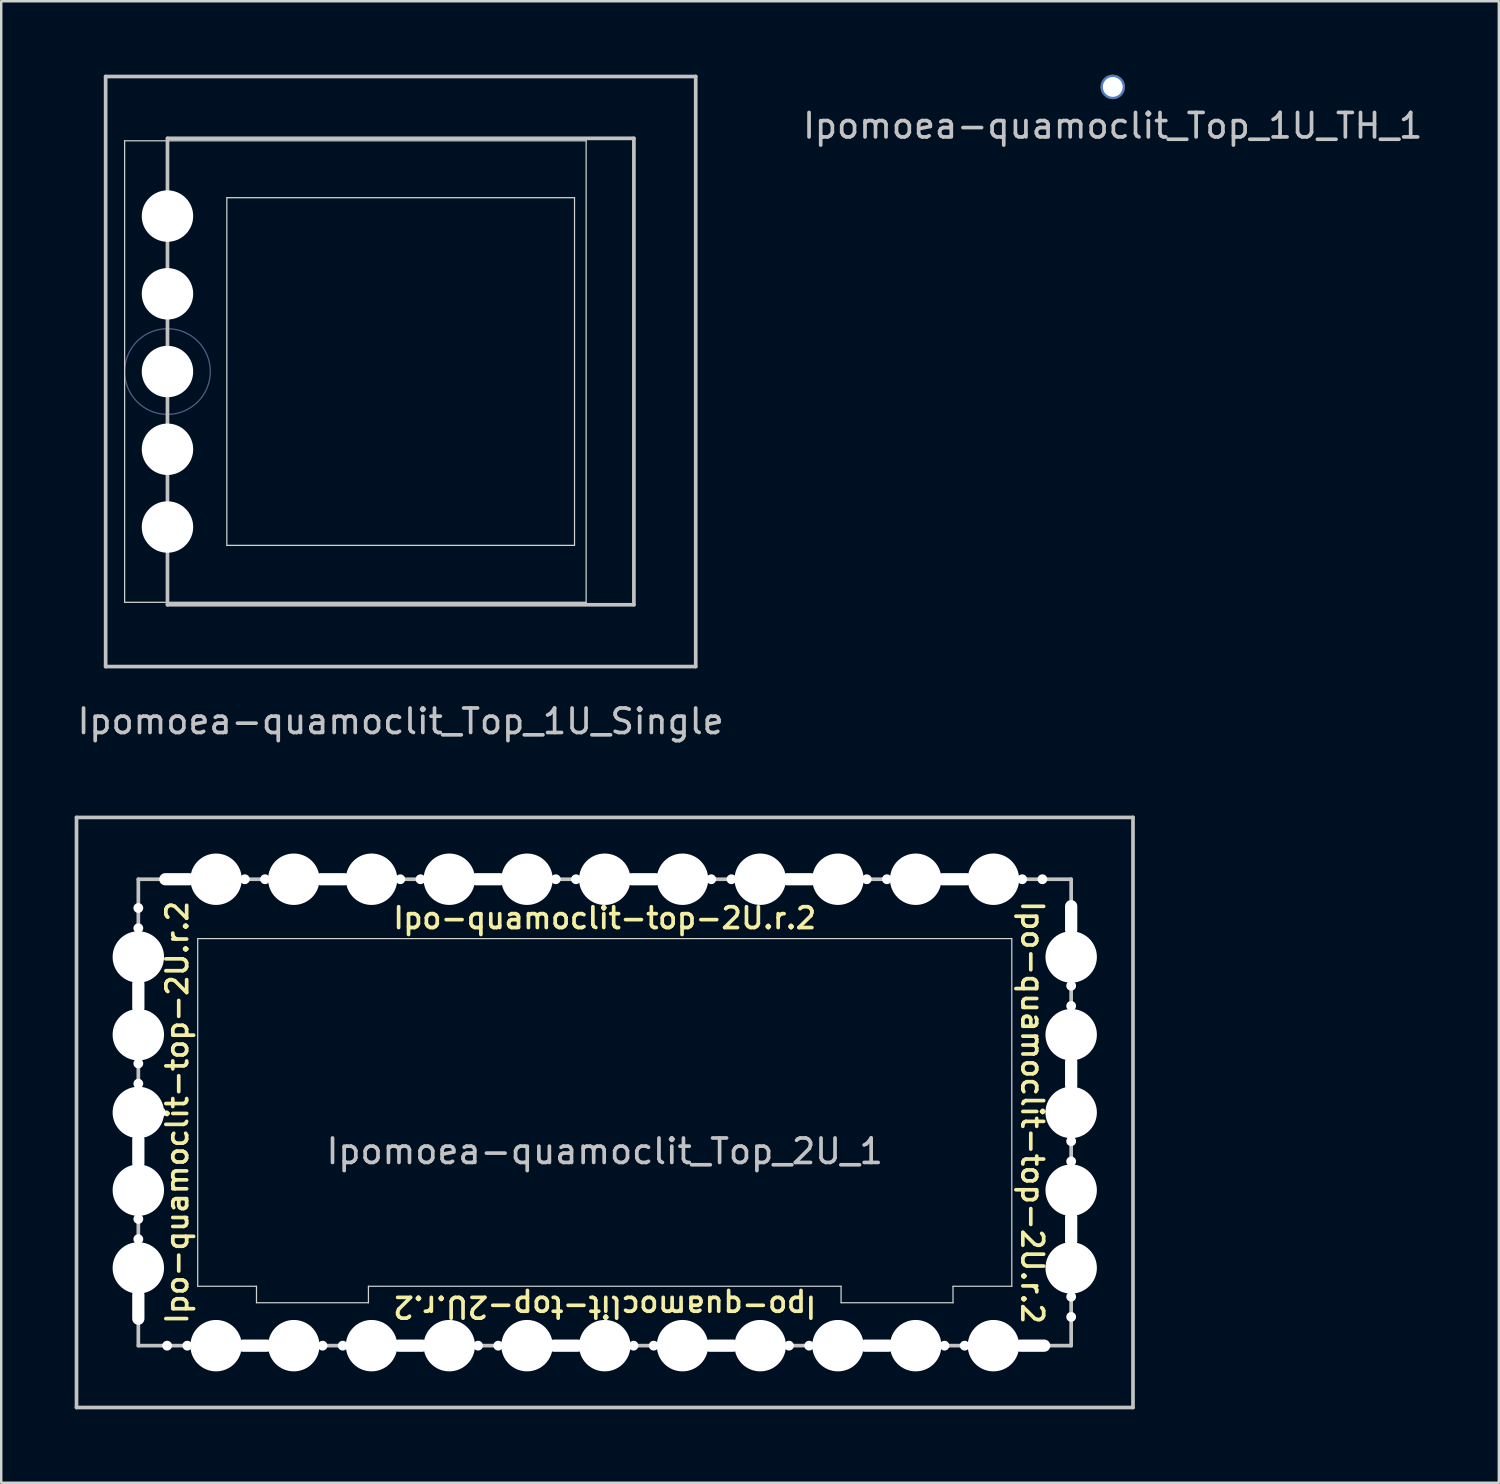
<source format=kicad_pcb>
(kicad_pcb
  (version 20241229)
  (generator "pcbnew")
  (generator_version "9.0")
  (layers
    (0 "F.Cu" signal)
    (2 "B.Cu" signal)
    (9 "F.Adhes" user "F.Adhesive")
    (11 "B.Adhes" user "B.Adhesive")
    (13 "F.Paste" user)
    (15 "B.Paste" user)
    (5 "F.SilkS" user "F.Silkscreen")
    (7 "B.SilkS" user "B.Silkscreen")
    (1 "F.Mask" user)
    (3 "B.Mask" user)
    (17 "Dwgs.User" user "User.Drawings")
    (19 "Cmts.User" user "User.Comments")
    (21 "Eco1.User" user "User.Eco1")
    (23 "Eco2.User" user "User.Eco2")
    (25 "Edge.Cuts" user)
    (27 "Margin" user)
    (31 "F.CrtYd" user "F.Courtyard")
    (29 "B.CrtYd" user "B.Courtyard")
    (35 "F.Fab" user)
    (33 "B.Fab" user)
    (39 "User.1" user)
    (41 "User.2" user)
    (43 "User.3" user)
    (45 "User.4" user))
  (footprint "Ipomoea-quamoclit_Top_2U_1"
    (layer "F.Cu")
    (at 21.65 42.386)
    (property "Reference" "Ipomoea-quamoclit_Top_2U_1" (at 0 1.587 0) (layer "Dwgs.User") (effects (font (size 1 1) (thickness 0.15))))
    (attr through_hole)
    (fp_line (start -21.575 -12.05) (end 21.575 -12.05) (stroke (width 0.15) (type solid)) (layer "Dwgs.User"))
    (fp_line (start -21.575 12.05) (end -21.575 -12.05) (stroke (width 0.15) (type solid)) (layer "Dwgs.User"))
    (fp_line (start -19.05 -9.525) (end -19.05 9.525) (stroke (width 0.15) (type solid)) (layer "Dwgs.User"))
    (fp_line (start -19.05 9.525) (end 19.05 9.525) (stroke (width 0.15) (type solid)) (layer "Dwgs.User"))
    (fp_line (start 19.05 -9.525) (end -19.05 -9.525) (stroke (width 0.15) (type solid)) (layer "Dwgs.User"))
    (fp_line (start 19.05 9.525) (end 19.05 -9.525) (stroke (width 0.15) (type solid)) (layer "Dwgs.User"))
    (fp_line (start 21.575 -12.05) (end 21.575 12.05) (stroke (width 0.15) (type solid)) (layer "Dwgs.User"))
    (fp_line (start 21.575 12.05) (end -21.575 12.05) (stroke (width 0.15) (type solid)) (layer "Dwgs.User"))
    (fp_line (start -16.625 -7.1) (end 16.625 -7.1) (stroke (width 0.05) (type solid)) (layer "Edge.Cuts"))
    (fp_line (start -16.625 7.1) (end -16.625 -7.1) (stroke (width 0.05) (type solid)) (layer "Edge.Cuts"))
    (fp_line (start -14.224 7.1) (end -16.625 7.1) (stroke (width 0.05) (type solid)) (layer "Edge.Cuts"))
    (fp_line (start -14.224 7.1) (end -14.224 7.772) (stroke (width 0.05) (type solid)) (layer "Edge.Cuts"))
    (fp_line (start -9.652 7.1) (end -9.652 7.772) (stroke (width 0.05) (type solid)) (layer "Edge.Cuts"))
    (fp_line (start -9.652 7.772) (end -14.224 7.772) (stroke (width 0.05) (type solid)) (layer "Edge.Cuts"))
    (fp_line (start 9.652 7.1) (end -9.652 7.1) (stroke (width 0.05) (type solid)) (layer "Edge.Cuts"))
    (fp_line (start 9.652 7.1) (end 9.652 7.772) (stroke (width 0.05) (type solid)) (layer "Edge.Cuts"))
    (fp_line (start 9.652 7.772) (end 14.224 7.772) (stroke (width 0.05) (type solid)) (layer "Edge.Cuts"))
    (fp_line (start 14.224 7.1) (end 14.224 7.772) (stroke (width 0.05) (type solid)) (layer "Edge.Cuts"))
    (fp_line (start 14.224 7.1) (end 16.625 7.1) (stroke (width 0.05) (type solid)) (layer "Edge.Cuts"))
    (fp_line (start 16.625 7.1) (end 16.625 -7.1) (stroke (width 0.05) (type solid)) (layer "Edge.Cuts"))
    (fp_text user "Ipo-quamoclit-top-2U.r.2" (at 0 7.938 180) (unlocked yes) (layer "F.SilkS") (effects (font (size 0.85 0.85) (thickness 0.15))))
    (fp_text user "Ipo-quamoclit-top-2U.r.2" (at -17.462 0 90) (unlocked yes) (layer "F.SilkS") (effects (font (size 0.85 0.85) (thickness 0.15))))
    (fp_text user "Ipo-quamoclit-top-2U.r.2" (at 0 -7.938 0) (unlocked yes) (layer "F.SilkS") (effects (font (size 0.85 0.85) (thickness 0.15))))
    (fp_text user "Ipo-quamoclit-top-2U.r.2" (at 17.462 0 270) (unlocked yes) (layer "F.SilkS") (effects (font (size 0.85 0.85) (thickness 0.15))))
    (pad "" np_thru_hole circle (at -19.05 -8.35 45) (size 0.4 0.4) (drill 0.4) (layers "*.Cu" "*.Mask"))
    (pad "" np_thru_hole circle (at -19.05 -7.525 45) (size 0.4 0.4) (drill 0.4) (layers "*.Cu" "*.Mask"))
    (pad "" np_thru_hole circle (at -19.05 -6.35 90) (size 2.1 2.1) (drill 2.1) (layers "*.Cu" "*.Mask"))
    (pad "" np_thru_hole oval (at -19.05 -4.763 270) (size 1.47 0.5) (drill oval 1.47 0.5) (layers "*.Cu" "*.Mask"))
    (pad "" np_thru_hole circle (at -19.05 -3.175 90) (size 2.1 2.1) (drill 2.1) (layers "*.Cu" "*.Mask"))
    (pad "" np_thru_hole circle (at -19.05 -2 45) (size 0.4 0.4) (drill 0.4) (layers "*.Cu" "*.Mask"))
    (pad "" np_thru_hole circle (at -19.05 -1.175 45) (size 0.4 0.4) (drill 0.4) (layers "*.Cu" "*.Mask"))
    (pad "" np_thru_hole circle (at -19.05 0 90) (size 2.1 2.1) (drill 2.1) (layers "*.Cu" "*.Mask"))
    (pad "" np_thru_hole oval (at -19.05 1.587 270) (size 1.47 0.5) (drill oval 1.47 0.5) (layers "*.Cu" "*.Mask"))
    (pad "" np_thru_hole circle (at -19.05 3.175 90) (size 2.1 2.1) (drill 2.1) (layers "*.Cu" "*.Mask"))
    (pad "" np_thru_hole circle (at -19.05 4.35 45) (size 0.4 0.4) (drill 0.4) (layers "*.Cu" "*.Mask"))
    (pad "" np_thru_hole circle (at -19.05 5.175 45) (size 0.4 0.4) (drill 0.4) (layers "*.Cu" "*.Mask"))
    (pad "" np_thru_hole circle (at -19.05 6.35 90) (size 2.1 2.1) (drill 2.1) (layers "*.Cu" "*.Mask"))
    (pad "" np_thru_hole oval (at -19.05 7.938 270) (size 1.47 0.5) (drill oval 1.47 0.5) (layers "*.Cu" "*.Mask"))
    (pad "" np_thru_hole circle (at -19.05 8.35 225) (size 0.4 0.4) (drill 0.4) (layers "*.Cu" "*.Mask"))
    (pad "" np_thru_hole circle (at -18.125 0 135) (size 0.4 0.4) (drill 0.4) (layers "*.Cu" "*.Mask"))
    (pad "" np_thru_hole circle (at -17.875 9.525 135) (size 0.4 0.4) (drill 0.4) (layers "*.Cu" "*.Mask"))
    (pad "" np_thru_hole oval (at -17.462 -9.525 180) (size 1.47 0.5) (drill oval 1.47 0.5) (layers "*.Cu" "*.Mask"))
    (pad "" np_thru_hole circle (at -17.05 9.525 135) (size 0.4 0.4) (drill 0.4) (layers "*.Cu" "*.Mask"))
    (pad "" np_thru_hole circle (at -15.875 -9.525) (size 2.1 2.1) (drill 2.1) (layers "*.Cu" "*.Mask"))
    (pad "" np_thru_hole circle (at -15.875 9.525 180) (size 2.1 2.1) (drill 2.1) (layers "*.Cu" "*.Mask"))
    (pad "" np_thru_hole circle (at -14.7 -9.525 315) (size 0.4 0.4) (drill 0.4) (layers "*.Cu" "*.Mask"))
    (pad "" np_thru_hole oval (at -14.287 9.525) (size 1.47 0.5) (drill oval 1.47 0.5) (layers "*.Cu" "*.Mask"))
    (pad "" np_thru_hole circle (at -13.875 -9.525 315) (size 0.4 0.4) (drill 0.4) (layers "*.Cu" "*.Mask"))
    (pad "" np_thru_hole circle (at -12.7 -9.525) (size 2.1 2.1) (drill 2.1) (layers "*.Cu" "*.Mask"))
    (pad "" np_thru_hole circle (at -12.7 9.525 180) (size 2.1 2.1) (drill 2.1) (layers "*.Cu" "*.Mask"))
    (pad "" np_thru_hole circle (at -11.525 9.525 135) (size 0.4 0.4) (drill 0.4) (layers "*.Cu" "*.Mask"))
    (pad "" np_thru_hole oval (at -11.113 -9.525 180) (size 1.47 0.5) (drill oval 1.47 0.5) (layers "*.Cu" "*.Mask"))
    (pad "" np_thru_hole circle (at -10.7 9.525 135) (size 0.4 0.4) (drill 0.4) (layers "*.Cu" "*.Mask"))
    (pad "" np_thru_hole circle (at -9.525 -9.525) (size 2.1 2.1) (drill 2.1) (layers "*.Cu" "*.Mask"))
    (pad "" np_thru_hole circle (at -9.525 9.525 180) (size 2.1 2.1) (drill 2.1) (layers "*.Cu" "*.Mask"))
    (pad "" np_thru_hole circle (at -8.35 -9.525 315) (size 0.4 0.4) (drill 0.4) (layers "*.Cu" "*.Mask"))
    (pad "" np_thru_hole oval (at -7.938 9.525) (size 1.47 0.5) (drill oval 1.47 0.5) (layers "*.Cu" "*.Mask"))
    (pad "" np_thru_hole circle (at -7.525 -9.525 315) (size 0.4 0.4) (drill 0.4) (layers "*.Cu" "*.Mask"))
    (pad "" np_thru_hole circle (at -6.35 -9.525) (size 2.1 2.1) (drill 2.1) (layers "*.Cu" "*.Mask"))
    (pad "" np_thru_hole circle (at -6.35 9.525 180) (size 2.1 2.1) (drill 2.1) (layers "*.Cu" "*.Mask"))
    (pad "" np_thru_hole circle (at -5.175 9.525 135) (size 0.4 0.4) (drill 0.4) (layers "*.Cu" "*.Mask"))
    (pad "" np_thru_hole oval (at -4.763 -9.525 180) (size 1.47 0.5) (drill oval 1.47 0.5) (layers "*.Cu" "*.Mask"))
    (pad "" np_thru_hole circle (at -4.35 9.525 135) (size 0.4 0.4) (drill 0.4) (layers "*.Cu" "*.Mask"))
    (pad "" np_thru_hole circle (at -3.175 -9.525) (size 2.1 2.1) (drill 2.1) (layers "*.Cu" "*.Mask"))
    (pad "" np_thru_hole circle (at -3.175 9.525 180) (size 2.1 2.1) (drill 2.1) (layers "*.Cu" "*.Mask"))
    (pad "" np_thru_hole circle (at -2 -9.525 315) (size 0.4 0.4) (drill 0.4) (layers "*.Cu" "*.Mask"))
    (pad "" np_thru_hole oval (at -1.587 9.525) (size 1.47 0.5) (drill oval 1.47 0.5) (layers "*.Cu" "*.Mask"))
    (pad "" np_thru_hole circle (at -1.175 -9.525 315) (size 0.4 0.4) (drill 0.4) (layers "*.Cu" "*.Mask"))
    (pad "" np_thru_hole circle (at 0 -9.525) (size 2.1 2.1) (drill 2.1) (layers "*.Cu" "*.Mask"))
    (pad "" np_thru_hole circle (at 0 9.525 180) (size 2.1 2.1) (drill 2.1) (layers "*.Cu" "*.Mask"))
    (pad "" np_thru_hole circle (at 1.175 9.525 135) (size 0.4 0.4) (drill 0.4) (layers "*.Cu" "*.Mask"))
    (pad "" np_thru_hole oval (at 1.587 -9.525 180) (size 1.47 0.5) (drill oval 1.47 0.5) (layers "*.Cu" "*.Mask"))
    (pad "" np_thru_hole circle (at 2 9.525 135) (size 0.4 0.4) (drill 0.4) (layers "*.Cu" "*.Mask"))
    (pad "" np_thru_hole circle (at 3.175 -9.525) (size 2.1 2.1) (drill 2.1) (layers "*.Cu" "*.Mask"))
    (pad "" np_thru_hole circle (at 3.175 9.525 180) (size 2.1 2.1) (drill 2.1) (layers "*.Cu" "*.Mask"))
    (pad "" np_thru_hole circle (at 4.35 -9.525 315) (size 0.4 0.4) (drill 0.4) (layers "*.Cu" "*.Mask"))
    (pad "" np_thru_hole oval (at 4.763 9.525) (size 1.47 0.5) (drill oval 1.47 0.5) (layers "*.Cu" "*.Mask"))
    (pad "" np_thru_hole circle (at 5.175 -9.525 315) (size 0.4 0.4) (drill 0.4) (layers "*.Cu" "*.Mask"))
    (pad "" np_thru_hole circle (at 6.35 -9.525) (size 2.1 2.1) (drill 2.1) (layers "*.Cu" "*.Mask"))
    (pad "" np_thru_hole circle (at 6.35 9.525 180) (size 2.1 2.1) (drill 2.1) (layers "*.Cu" "*.Mask"))
    (pad "" np_thru_hole circle (at 7.525 9.525 135) (size 0.4 0.4) (drill 0.4) (layers "*.Cu" "*.Mask"))
    (pad "" np_thru_hole oval (at 7.938 -9.525 180) (size 1.47 0.5) (drill oval 1.47 0.5) (layers "*.Cu" "*.Mask"))
    (pad "" np_thru_hole circle (at 8.35 9.525 135) (size 0.4 0.4) (drill 0.4) (layers "*.Cu" "*.Mask"))
    (pad "" np_thru_hole circle (at 9.525 -9.525) (size 2.1 2.1) (drill 2.1) (layers "*.Cu" "*.Mask"))
    (pad "" np_thru_hole circle (at 9.525 9.525 180) (size 2.1 2.1) (drill 2.1) (layers "*.Cu" "*.Mask"))
    (pad "" np_thru_hole circle (at 10.7 -9.525 315) (size 0.4 0.4) (drill 0.4) (layers "*.Cu" "*.Mask"))
    (pad "" np_thru_hole oval (at 11.113 9.525) (size 1.47 0.5) (drill oval 1.47 0.5) (layers "*.Cu" "*.Mask"))
    (pad "" np_thru_hole circle (at 11.525 -9.525 315) (size 0.4 0.4) (drill 0.4) (layers "*.Cu" "*.Mask"))
    (pad "" np_thru_hole circle (at 12.7 -9.525) (size 2.1 2.1) (drill 2.1) (layers "*.Cu" "*.Mask"))
    (pad "" np_thru_hole circle (at 12.7 9.525 180) (size 2.1 2.1) (drill 2.1) (layers "*.Cu" "*.Mask"))
    (pad "" np_thru_hole circle (at 13.875 9.525 135) (size 0.4 0.4) (drill 0.4) (layers "*.Cu" "*.Mask"))
    (pad "" np_thru_hole oval (at 14.287 -9.525 180) (size 1.47 0.5) (drill oval 1.47 0.5) (layers "*.Cu" "*.Mask"))
    (pad "" np_thru_hole circle (at 14.7 9.525 135) (size 0.4 0.4) (drill 0.4) (layers "*.Cu" "*.Mask"))
    (pad "" np_thru_hole circle (at 15.875 -9.525) (size 2.1 2.1) (drill 2.1) (layers "*.Cu" "*.Mask"))
    (pad "" np_thru_hole circle (at 15.875 9.525 180) (size 2.1 2.1) (drill 2.1) (layers "*.Cu" "*.Mask"))
    (pad "" np_thru_hole circle (at 17.05 -9.525 315) (size 0.4 0.4) (drill 0.4) (layers "*.Cu" "*.Mask"))
    (pad "" np_thru_hole oval (at 17.462 9.525) (size 1.47 0.5) (drill oval 1.47 0.5) (layers "*.Cu" "*.Mask"))
    (pad "" np_thru_hole circle (at 17.875 -9.525 315) (size 0.4 0.4) (drill 0.4) (layers "*.Cu" "*.Mask"))
    (pad "" np_thru_hole oval (at 19.05 -7.938 90) (size 1.47 0.5) (drill oval 1.47 0.5) (layers "*.Cu" "*.Mask"))
    (pad "" np_thru_hole circle (at 19.05 -6.35 270) (size 2.1 2.1) (drill 2.1) (layers "*.Cu" "*.Mask"))
    (pad "" np_thru_hole circle (at 19.05 -5.175 225) (size 0.4 0.4) (drill 0.4) (layers "*.Cu" "*.Mask"))
    (pad "" np_thru_hole circle (at 19.05 -4.35 225) (size 0.4 0.4) (drill 0.4) (layers "*.Cu" "*.Mask"))
    (pad "" np_thru_hole circle (at 19.05 -3.175 270) (size 2.1 2.1) (drill 2.1) (layers "*.Cu" "*.Mask"))
    (pad "" np_thru_hole oval (at 19.05 -1.587 90) (size 1.47 0.5) (drill oval 1.47 0.5) (layers "*.Cu" "*.Mask"))
    (pad "" np_thru_hole circle (at 19.05 0 270) (size 2.1 2.1) (drill 2.1) (layers "*.Cu" "*.Mask"))
    (pad "" np_thru_hole circle (at 19.05 1.175 225) (size 0.4 0.4) (drill 0.4) (layers "*.Cu" "*.Mask"))
    (pad "" np_thru_hole circle (at 19.05 2 225) (size 0.4 0.4) (drill 0.4) (layers "*.Cu" "*.Mask"))
    (pad "" np_thru_hole circle (at 19.05 3.175 270) (size 2.1 2.1) (drill 2.1) (layers "*.Cu" "*.Mask"))
    (pad "" np_thru_hole oval (at 19.05 4.763 90) (size 1.47 0.5) (drill oval 1.47 0.5) (layers "*.Cu" "*.Mask"))
    (pad "" np_thru_hole circle (at 19.05 6.35 270) (size 2.1 2.1) (drill 2.1) (layers "*.Cu" "*.Mask"))
    (pad "" np_thru_hole circle (at 19.05 7.525 225) (size 0.4 0.4) (drill 0.4) (layers "*.Cu" "*.Mask"))
    (pad "" np_thru_hole circle (at 19.05 8.35 225) (size 0.4 0.4) (drill 0.4) (layers "*.Cu" "*.Mask")))
  (footprint "Ipomoea-quamoclit_Top_1U_TH_1"
    (layer "F.Cu")
    (at 42.399 0.5)
    (property "Reference" "Ipomoea-quamoclit_Top_1U_TH_1" (at 0 1.587 0) (layer "Dwgs.User") (effects (font (size 1 1) (thickness 0.15))))
    (attr through_hole)
    (pad "" thru_hole circle (at 0 0 180) (size 1 1) (drill 0.81) (layers "*.Cu" "*.Mask")))
  (footprint "Ipomoea-quamoclit_Top_1U_Single"
    (layer "F.Cu")
    (at 13.315 12.125)
    (property "Reference" "Ipomoea-quamoclit_Top_1U_Single" (at 0 14.287 0) (layer "Dwgs.User") (effects (font (size 1 1) (thickness 0.15))))
    (attr through_hole)
    (fp_line (start -12.05 -12.05) (end 12.05 -12.05) (stroke (width 0.15) (type solid)) (layer "Dwgs.User"))
    (fp_line (start -12.05 12.05) (end -12.05 -12.05) (stroke (width 0.15) (type solid)) (layer "Dwgs.User"))
    (fp_line (start -9.525 -9.525) (end -9.525 9.525) (stroke (width 0.15) (type solid)) (layer "Dwgs.User"))
    (fp_line (start -9.525 9.525) (end 9.525 9.525) (stroke (width 0.15) (type solid)) (layer "Dwgs.User"))
    (fp_line (start 9.525 -9.525) (end -9.525 -9.525) (stroke (width 0.15) (type solid)) (layer "Dwgs.User"))
    (fp_line (start 9.525 9.525) (end 9.525 -9.525) (stroke (width 0.15) (type solid)) (layer "Dwgs.User"))
    (fp_line (start 12.05 -12.05) (end 12.05 12.05) (stroke (width 0.15) (type solid)) (layer "Dwgs.User"))
    (fp_line (start 12.05 12.05) (end -12.05 12.05) (stroke (width 0.15) (type solid)) (layer "Dwgs.User"))
    (fp_line (start -11.275 -9.425) (end -11.275 9.425) (stroke (width 0.05) (type solid)) (layer "Edge.Cuts"))
    (fp_line (start -11.275 -9.425) (end 7.575 -9.425) (stroke (width 0.05) (type solid)) (layer "Edge.Cuts"))
    (fp_line (start -7.1 -7.1) (end 7.1 -7.1) (stroke (width 0.05) (type solid)) (layer "Edge.Cuts"))
    (fp_line (start -7.1 7.1) (end -7.1 -7.1) (stroke (width 0.05) (type solid)) (layer "Edge.Cuts"))
    (fp_line (start 7.1 7.1) (end -7.1 7.1) (stroke (width 0.05) (type solid)) (layer "Edge.Cuts"))
    (fp_line (start 7.1 7.1) (end 7.1 -7.1) (stroke (width 0.05) (type solid)) (layer "Edge.Cuts"))
    (fp_line (start 7.575 -9.425) (end 7.575 9.425) (stroke (width 0.05) (type solid)) (layer "Edge.Cuts"))
    (fp_line (start 7.575 9.425) (end -11.275 9.425) (stroke (width 0.05) (type solid)) (layer "Edge.Cuts"))
    (fp_circle (center -9.525 0) (end -7.775 0) (stroke (width 0.05) (type solid)) (fill no) (layer "B.Fab"))
    (pad "" np_thru_hole circle (at -9.525 -6.35) (size 2.1 2.1) (drill 2.1) (layers "*.Cu" "*.Mask"))
    (pad "" np_thru_hole circle (at -9.525 -3.175) (size 2.1 2.1) (drill 2.1) (layers "*.Cu" "*.Mask"))
    (pad "" np_thru_hole circle (at -9.525 0) (size 2.1 2.1) (drill 2.1) (layers "*.Cu" "*.Mask"))
    (pad "" np_thru_hole circle (at -9.525 3.175) (size 2.1 2.1) (drill 2.1) (layers "*.Cu" "*.Mask"))
    (pad "" np_thru_hole circle (at -9.525 6.35) (size 2.1 2.1) (drill 2.1) (layers "*.Cu" "*.Mask")))
  (gr_rect
    (start -3 -3)
    (end 58.167 57.511)
    (stroke (width 0.1) (type default))
    (fill no)
    (layer "Edge.Cuts")))
</source>
